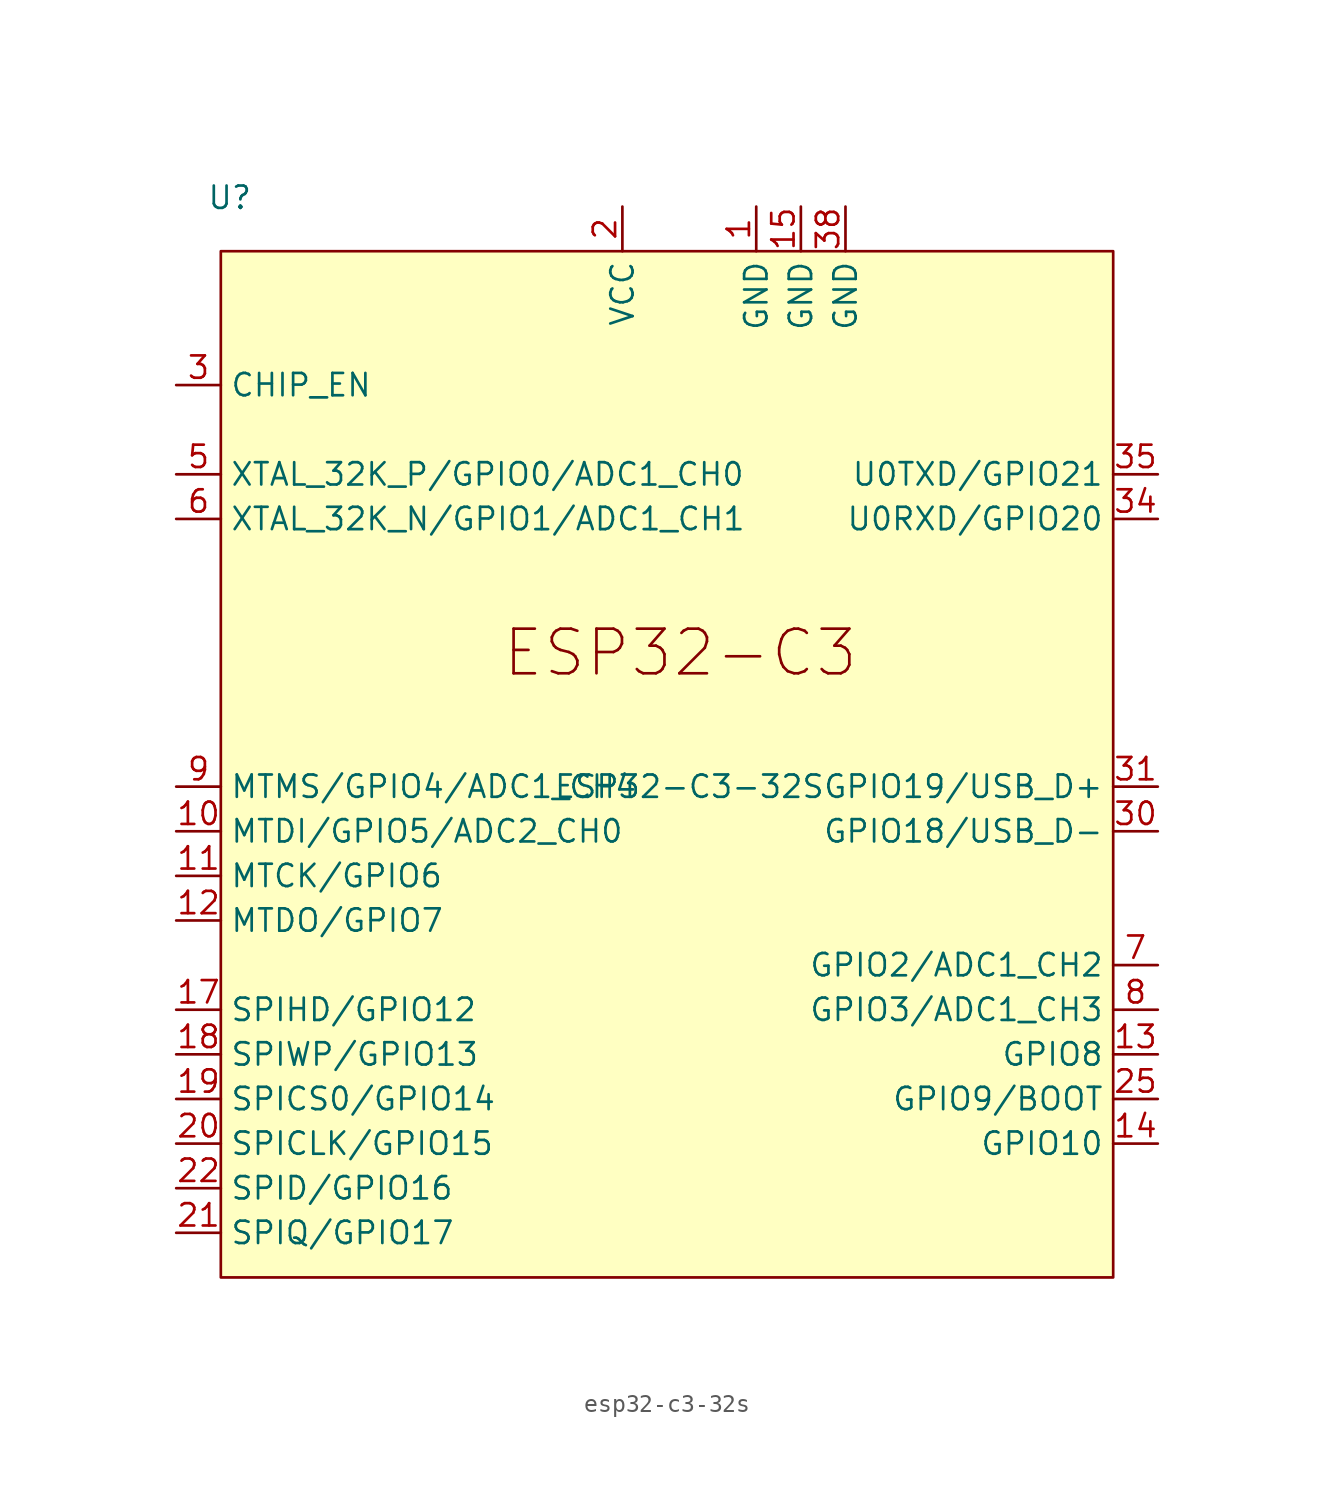
<source format=kicad_sym>
(kicad_symbol_lib
  (version 20231120)
  (generator "kicad_symbol_editor")
  (generator_version "8.0")
  (symbol "esp32-c3-32s"
    (property "Reference" "U"
      (at -26.162 33.528 0)
      (effects (font (size 1.27 1.27))))
    (property "Value" "ESP32-C3-32S"
      (at 0 0 0)
      (effects (font (size 1.27 1.27))))
    (symbol "esp32-c3-32s_0_0"
      (text "ESP32-C3" (at -0.508 7.62 0) (effects (font (size 2.54 2.54))))
      (pin bidirectional line (at -29.21 -2.54 0) (length 2.54) (name "MTDI/GPIO5/ADC2_CH0" (effects (font (size 1.27 1.27)))) (number "10" (effects (font (size 1.27 1.27)))))
      (pin bidirectional line (at 26.67 -12.7 180) (length 2.54) (name "GPIO3/ADC1_CH3" (effects (font (size 1.27 1.27)))) (number "8" (effects (font (size 1.27 1.27)))))
      (pin bidirectional line (at -29.21 0 0) (length 2.54) (name "MTMS/GPIO4/ADC1_CH4" (effects (font (size 1.27 1.27)))) (number "9" (effects (font (size 1.27 1.27))))))
    (symbol "esp32-c3-32s_0_1"
      (rectangle (start -26.67 30.48) (end 24.13 -27.94) (stroke (width 0) (type default)) (fill (type background))))
    (symbol "esp32-c3-32s_1_0"
      (pin power_in line (at 3.81 33.02 270) (length 2.54) (name "GND" (effects (font (size 1.27 1.27)))) (number "1" (effects (font (size 1.27 1.27)))))
      (pin bidirectional line (at -29.21 -5.08 0) (length 2.54) (name "MTCK/GPIO6" (effects (font (size 1.27 1.27)))) (number "11" (effects (font (size 1.27 1.27)))))
      (pin bidirectional line (at -29.21 -7.62 0) (length 2.54) (name "MTDO/GPIO7" (effects (font (size 1.27 1.27)))) (number "12" (effects (font (size 1.27 1.27)))))
      (pin bidirectional line (at 26.67 -15.24 180) (length 2.54) (name "GPIO8" (effects (font (size 1.27 1.27)))) (number "13" (effects (font (size 1.27 1.27)))))
      (pin bidirectional line (at 26.67 -20.32 180) (length 2.54) (name "GPIO10" (effects (font (size 1.27 1.27)))) (number "14" (effects (font (size 1.27 1.27)))))
      (pin power_in line (at 6.35 33.02 270) (length 2.54) (name "GND" (effects (font (size 1.27 1.27)))) (number "15" (effects (font (size 1.27 1.27)))))
      (pin bidirectional line (at -29.21 -12.7 0) (length 2.54) (name "SPIHD/GPIO12" (effects (font (size 1.27 1.27)))) (number "17" (effects (font (size 1.27 1.27)))))
      (pin bidirectional line (at -29.21 -15.24 0) (length 2.54) (name "SPIWP/GPIO13" (effects (font (size 1.27 1.27)))) (number "18" (effects (font (size 1.27 1.27)))))
      (pin bidirectional line (at -29.21 -17.78 0) (length 2.54) (name "SPICS0/GPIO14" (effects (font (size 1.27 1.27)))) (number "19" (effects (font (size 1.27 1.27)))))
      (pin power_in line (at -3.81 33.02 270) (length 2.54) (name "VCC" (effects (font (size 1.27 1.27)))) (number "2" (effects (font (size 1.27 1.27)))))
      (pin bidirectional line (at -29.21 -20.32 0) (length 2.54) (name "SPICLK/GPIO15" (effects (font (size 1.27 1.27)))) (number "20" (effects (font (size 1.27 1.27)))))
      (pin bidirectional line (at -29.21 -25.4 0) (length 2.54) (name "SPIQ/GPIO17" (effects (font (size 1.27 1.27)))) (number "21" (effects (font (size 1.27 1.27)))))
      (pin bidirectional line (at -29.21 -22.86 0) (length 2.54) (name "SPID/GPIO16" (effects (font (size 1.27 1.27)))) (number "22" (effects (font (size 1.27 1.27)))))
      (pin bidirectional line (at 26.67 -17.78 180) (length 2.54) (name "GPIO9/BOOT" (effects (font (size 1.27 1.27)))) (number "25" (effects (font (size 1.27 1.27)))))
      (pin input line (at -29.21 22.86 0) (length 2.54) (name "CHIP_EN" (effects (font (size 1.27 1.27)))) (number "3" (effects (font (size 1.27 1.27)))))
      (pin bidirectional line (at 26.67 -2.54 180) (length 2.54) (name "GPIO18/USB_D-" (effects (font (size 1.27 1.27)))) (number "30" (effects (font (size 1.27 1.27)))))
      (pin bidirectional line (at 26.67 0 180) (length 2.54) (name "GPIO19/USB_D+" (effects (font (size 1.27 1.27)))) (number "31" (effects (font (size 1.27 1.27)))))
      (pin bidirectional line (at 26.67 15.24 180) (length 2.54) (name "U0RXD/GPIO20" (effects (font (size 1.27 1.27)))) (number "34" (effects (font (size 1.27 1.27)))))
      (pin bidirectional line (at 26.67 17.78 180) (length 2.54) (name "U0TXD/GPIO21" (effects (font (size 1.27 1.27)))) (number "35" (effects (font (size 1.27 1.27)))))
      (pin power_in line (at 8.89 33.02 270) (length 2.54) (name "GND" (effects (font (size 1.27 1.27)))) (number "38" (effects (font (size 1.27 1.27)))))
      (pin output line (at -29.21 17.78 0) (length 2.54) (name "XTAL_32K_P/GPIO0/ADC1_CH0" (effects (font (size 1.27 1.27)))) (number "5" (effects (font (size 1.27 1.27)))))
      (pin input line (at -29.21 15.24 0) (length 2.54) (name "XTAL_32K_N/GPIO1/ADC1_CH1" (effects (font (size 1.27 1.27)))) (number "6" (effects (font (size 1.27 1.27)))))
      (pin bidirectional line (at 26.67 -10.16 180) (length 2.54) (name "GPIO2/ADC1_CH2" (effects (font (size 1.27 1.27)))) (number "7" (effects (font (size 1.27 1.27))))))))
</source>
